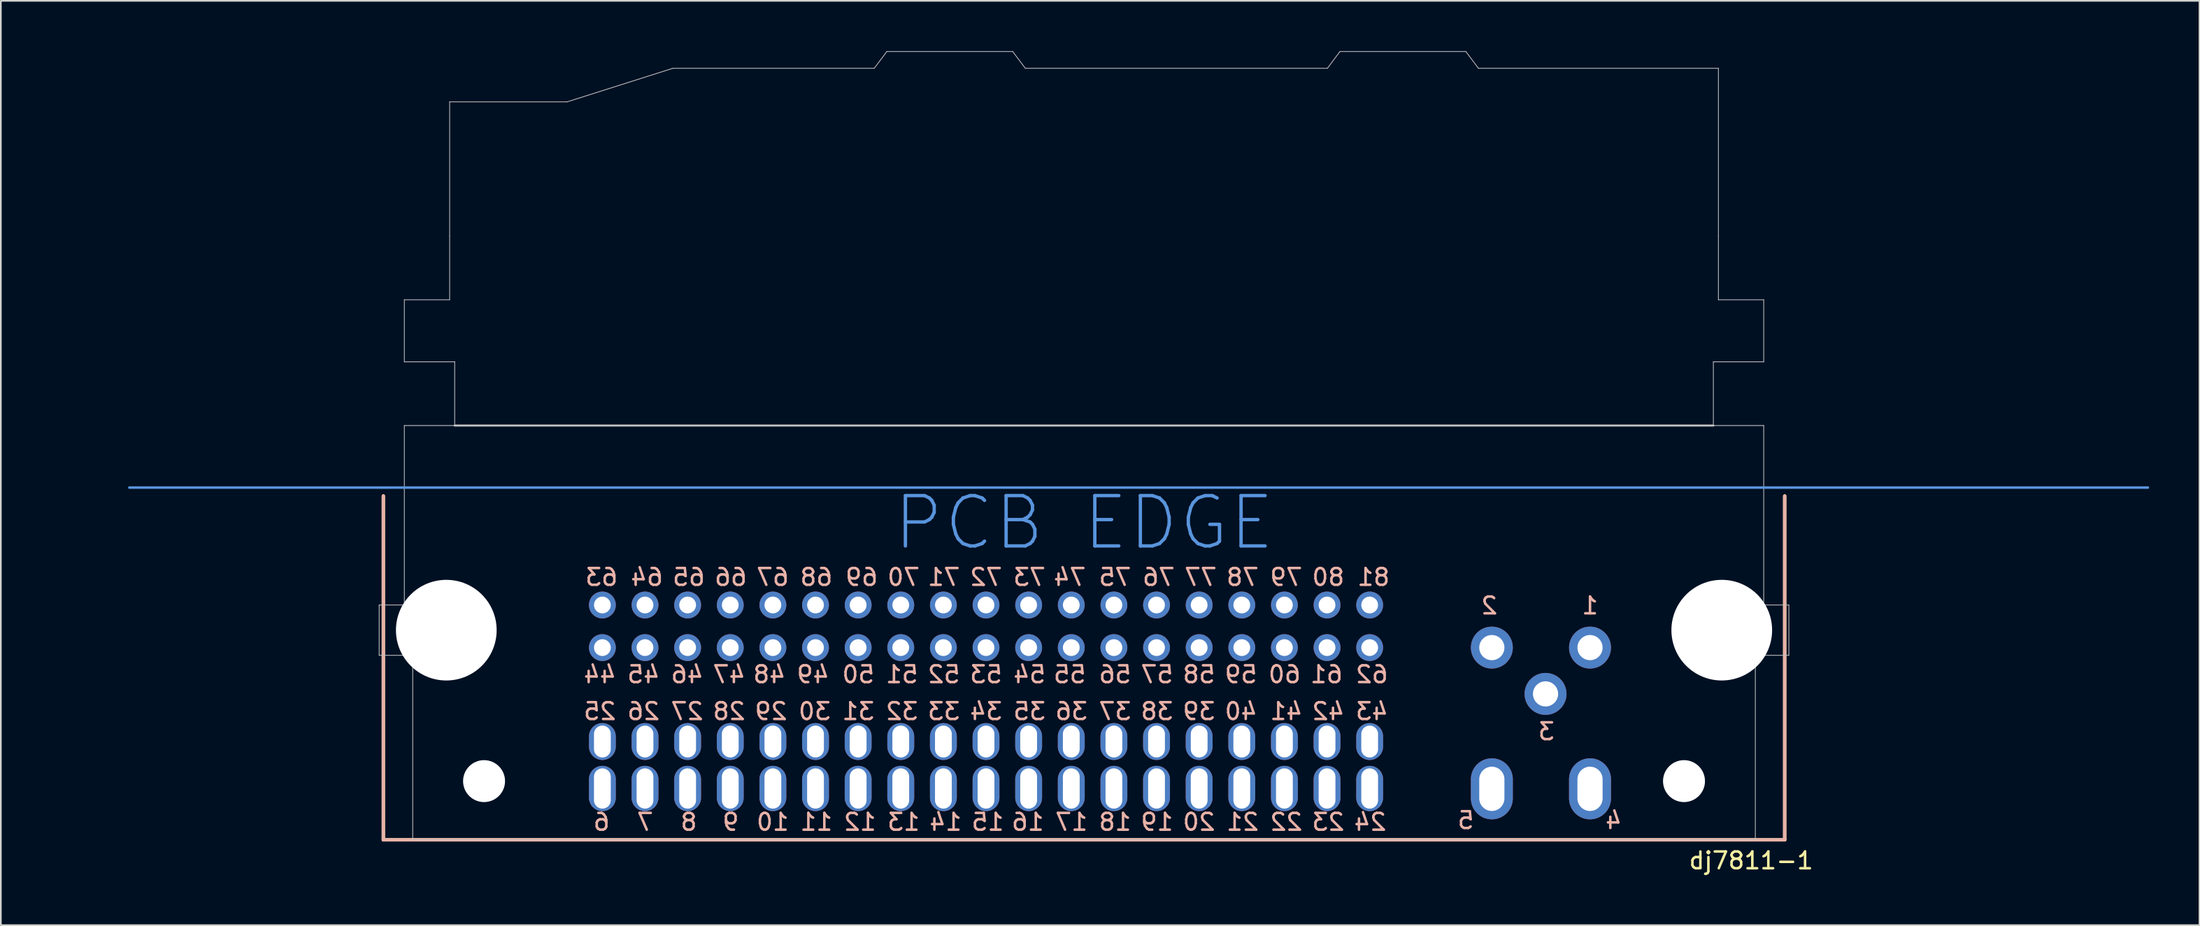
<source format=kicad_pcb>
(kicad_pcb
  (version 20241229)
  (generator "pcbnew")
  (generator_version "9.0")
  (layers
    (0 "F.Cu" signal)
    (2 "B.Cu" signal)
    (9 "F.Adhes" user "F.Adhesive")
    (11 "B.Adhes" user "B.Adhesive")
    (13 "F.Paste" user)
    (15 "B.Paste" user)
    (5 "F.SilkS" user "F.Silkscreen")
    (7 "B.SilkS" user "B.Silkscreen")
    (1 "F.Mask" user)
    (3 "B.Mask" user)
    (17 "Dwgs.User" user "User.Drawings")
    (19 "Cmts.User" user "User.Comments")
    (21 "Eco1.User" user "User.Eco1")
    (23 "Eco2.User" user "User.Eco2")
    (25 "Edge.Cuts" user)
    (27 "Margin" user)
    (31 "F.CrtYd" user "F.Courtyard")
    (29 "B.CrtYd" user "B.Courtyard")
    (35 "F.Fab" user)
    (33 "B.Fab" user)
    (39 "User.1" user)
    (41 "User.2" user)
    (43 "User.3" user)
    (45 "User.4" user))
  (footprint "dj7811-1"
    (layer "F.Cu")
    (at 91.693 35.562)
    (property "Reference" "dj7811-1" (at 9.6 12.7 0) (unlocked yes) (layer "F.SilkS") (effects (font (size 1 1) (thickness 0.15))))
    (attr through_hole)
    (fp_line (start -71.9 -9.04) (end -71.9 11.46) (stroke (width 0.2) (type solid)) (layer "F.SilkS"))
    (fp_line (start -71.9 11.46) (end 11.6 11.46) (stroke (width 0.2) (type solid)) (layer "F.SilkS"))
    (fp_line (start 11.6 11.46) (end 11.6 -9.04) (stroke (width 0.2) (type solid)) (layer "F.SilkS"))
    (fp_line (start -71.9 11.46) (end -71.9 -9.04) (stroke (width 0.2) (type solid)) (layer "B.SilkS"))
    (fp_line (start 11.6 -9.04) (end 11.6 11.46) (stroke (width 0.2) (type solid)) (layer "B.SilkS"))
    (fp_line (start 11.6 11.46) (end -71.9 11.46) (stroke (width 0.2) (type solid)) (layer "B.SilkS"))
    (fp_line (start -72.15 -2.54) (end -72.15 0.46) (stroke (width 0.045) (type solid)) (layer "Dwgs.User"))
    (fp_line (start -72.15 0.46) (end -70.15 0.46) (stroke (width 0.045) (type solid)) (layer "Dwgs.User"))
    (fp_line (start -70.65 -20.74) (end -70.65 -17.04) (stroke (width 0.045) (type solid)) (layer "Dwgs.User"))
    (fp_line (start -70.65 -17.04) (end -67.65 -17.04) (stroke (width 0.045) (type solid)) (layer "Dwgs.User"))
    (fp_line (start -70.65 -13.24) (end -70.65 -2.54) (stroke (width 0.045) (type solid)) (layer "Dwgs.User"))
    (fp_line (start -70.65 -13.24) (end -67.65 -13.24) (stroke (width 0.045) (type solid)) (layer "Dwgs.User"))
    (fp_line (start -70.65 -2.54) (end -72.15 -2.54) (stroke (width 0.045) (type solid)) (layer "Dwgs.User"))
    (fp_line (start -70.15 0.46) (end -70.15 11.46) (stroke (width 0.045) (type solid)) (layer "Dwgs.User"))
    (fp_line (start -70.15 11.46) (end 9.85 11.46) (stroke (width 0.045) (type solid)) (layer "Dwgs.User"))
    (fp_line (start -67.95 -24.54) (end -67.95 -32.54) (stroke (width 0.045) (type solid)) (layer "Dwgs.User"))
    (fp_line (start -67.95 -20.74) (end -70.65 -20.74) (stroke (width 0.045) (type solid)) (layer "Dwgs.User"))
    (fp_line (start -67.95 -20.74) (end -67.95 -24.54) (stroke (width 0.045) (type solid)) (layer "Dwgs.User"))
    (fp_line (start -67.65 -13.24) (end -67.65 -17.04) (stroke (width 0.045) (type solid)) (layer "Dwgs.User"))
    (fp_line (start -60.95 -32.54) (end -67.95 -32.54) (stroke (width 0.045) (type solid)) (layer "Dwgs.User"))
    (fp_line (start -54.65 -34.54) (end -60.95 -32.54) (stroke (width 0.045) (type solid)) (layer "Dwgs.User"))
    (fp_line (start -42.65 -34.54) (end -54.65 -34.54) (stroke (width 0.045) (type solid)) (layer "Dwgs.User"))
    (fp_line (start -42.65 -34.54) (end -41.9 -35.54) (stroke (width 0.045) (type solid)) (layer "Dwgs.User"))
    (fp_line (start -41.9 -35.54) (end -34.4 -35.54) (stroke (width 0.045) (type solid)) (layer "Dwgs.User"))
    (fp_line (start -34.4 -35.54) (end -33.65 -34.54) (stroke (width 0.045) (type solid)) (layer "Dwgs.User"))
    (fp_line (start -15.65 -34.54) (end -33.65 -34.54) (stroke (width 0.045) (type solid)) (layer "Dwgs.User"))
    (fp_line (start -15.65 -34.54) (end -14.9 -35.54) (stroke (width 0.045) (type solid)) (layer "Dwgs.User"))
    (fp_line (start -14.9 -35.54) (end -7.4 -35.54) (stroke (width 0.045) (type solid)) (layer "Dwgs.User"))
    (fp_line (start -7.4 -35.54) (end -6.65 -34.54) (stroke (width 0.045) (type solid)) (layer "Dwgs.User"))
    (fp_line (start 7.35 -17.04) (end 10.35 -17.04) (stroke (width 0.045) (type solid)) (layer "Dwgs.User"))
    (fp_line (start 7.35 -13.24) (end -67.65 -13.24) (stroke (width 0.12) (type solid)) (layer "Dwgs.User"))
    (fp_line (start 7.35 -13.24) (end 7.35 -17.04) (stroke (width 0.045) (type solid)) (layer "Dwgs.User"))
    (fp_line (start 7.35 -13.24) (end 10.35 -13.24) (stroke (width 0.045) (type solid)) (layer "Dwgs.User"))
    (fp_line (start 7.65 -34.54) (end -6.65 -34.54) (stroke (width 0.045) (type solid)) (layer "Dwgs.User"))
    (fp_line (start 7.65 -34.54) (end 7.65 -24.54) (stroke (width 0.045) (type solid)) (layer "Dwgs.User"))
    (fp_line (start 7.65 -20.74) (end 7.65 -24.54) (stroke (width 0.045) (type solid)) (layer "Dwgs.User"))
    (fp_line (start 7.65 -20.74) (end 10.35 -20.74) (stroke (width 0.045) (type solid)) (layer "Dwgs.User"))
    (fp_line (start 9.85 11.46) (end 9.85 0.46) (stroke (width 0.045) (type solid)) (layer "Dwgs.User"))
    (fp_line (start 10.35 -17.04) (end 10.35 -20.74) (stroke (width 0.045) (type solid)) (layer "Dwgs.User"))
    (fp_line (start 10.35 -13.24) (end 10.35 -2.54) (stroke (width 0.045) (type solid)) (layer "Dwgs.User"))
    (fp_line (start 10.35 -2.54) (end 11.85 -2.54) (stroke (width 0.045) (type solid)) (layer "Dwgs.User"))
    (fp_line (start 11.85 -2.54) (end 11.85 0.46) (stroke (width 0.045) (type solid)) (layer "Dwgs.User"))
    (fp_line (start 11.85 0.46) (end 9.85 0.46) (stroke (width 0.045) (type solid)) (layer "Dwgs.User"))
    (fp_line (start -87.034 -9.54) (end 33.242 -9.54) (stroke (width 0.15) (type solid)) (layer "Cmts.User"))
    (fp_text user "30" (at -46.2 3.8 0) (unlocked yes) (layer "B.SilkS") (effects (font (size 1 1) (thickness 0.15)) (justify mirror)))
    (fp_text user "45" (at -56.4 1.6 0) (unlocked yes) (layer "B.SilkS") (effects (font (size 1 1) (thickness 0.15)) (justify mirror)))
    (fp_text user "4" (at 1.4 10.3 0) (unlocked yes) (layer "B.SilkS") (effects (font (size 1 1) (thickness 0.15)) (justify mirror)))
    (fp_text user "20" (at -23.3 10.4 0) (unlocked yes) (layer "B.SilkS") (effects (font (size 1 1) (thickness 0.15)) (justify mirror)))
    (fp_text user "22" (at -18.1 10.4 0) (unlocked yes) (layer "B.SilkS") (effects (font (size 1 1) (thickness 0.15)) (justify mirror)))
    (fp_text user "38" (at -25.8 3.8 0) (unlocked yes) (layer "B.SilkS") (effects (font (size 1 1) (thickness 0.15)) (justify mirror)))
    (fp_text user "2" (at -6 -2.5 0) (unlocked yes) (layer "B.SilkS") (effects (font (size 1 1) (thickness 0.15)) (justify mirror)))
    (fp_text user "7" (at -56.3 10.4 0) (unlocked yes) (layer "B.SilkS") (effects (font (size 1 1) (thickness 0.15)) (justify mirror)))
    (fp_text user "49" (at -46.3 1.6 0) (unlocked yes) (layer "B.SilkS") (effects (font (size 1 1) (thickness 0.15)) (justify mirror)))
    (fp_text user "56" (at -28.3 1.6 0) (unlocked yes) (layer "B.SilkS") (effects (font (size 1 1) (thickness 0.15)) (justify mirror)))
    (fp_text user "52" (at -38.5 1.6 0) (unlocked yes) (layer "B.SilkS") (effects (font (size 1 1) (thickness 0.15)) (justify mirror)))
    (fp_text user "5" (at -7.4 10.3 0) (unlocked yes) (layer "B.SilkS") (effects (font (size 1 1) (thickness 0.15)) (justify mirror)))
    (fp_text user "57" (at -25.8 1.6 0) (unlocked yes) (layer "B.SilkS") (effects (font (size 1 1) (thickness 0.15)) (justify mirror)))
    (fp_text user "65" (at -53.7 -4.2 0) (unlocked yes) (layer "B.SilkS") (effects (font (size 1 1) (thickness 0.15)) (justify mirror)))
    (fp_text user "46" (at -53.8 1.6 0) (unlocked yes) (layer "B.SilkS") (effects (font (size 1 1) (thickness 0.15)) (justify mirror)))
    (fp_text user "28" (at -51.3 3.8 0) (unlocked yes) (layer "B.SilkS") (effects (font (size 1 1) (thickness 0.15)) (justify mirror)))
    (fp_text user "43" (at -13 3.8 0) (unlocked yes) (layer "B.SilkS") (effects (font (size 1 1) (thickness 0.15)) (justify mirror)))
    (fp_text user "70" (at -40.9 -4.2 0) (unlocked yes) (layer "B.SilkS") (effects (font (size 1 1) (thickness 0.15)) (justify mirror)))
    (fp_text user "19" (at -25.8 10.4 0) (unlocked yes) (layer "B.SilkS") (effects (font (size 1 1) (thickness 0.15)) (justify mirror)))
    (fp_text user "17" (at -30.9 10.4 0) (unlocked yes) (layer "B.SilkS") (effects (font (size 1 1) (thickness 0.15)) (justify mirror)))
    (fp_text user "77" (at -23.2 -4.2 0) (unlocked yes) (layer "B.SilkS") (effects (font (size 1 1) (thickness 0.15)) (justify mirror)))
    (fp_text user "72" (at -35.986 -4.2 0) (unlocked yes) (layer "B.SilkS") (effects (font (size 1 1) (thickness 0.15)) (justify mirror)))
    (fp_text user "71" (at -38.5 -4.2 0) (unlocked yes) (layer "B.SilkS") (effects (font (size 1 1) (thickness 0.15)) (justify mirror)))
    (fp_text user "54" (at -33.4 1.6 0) (unlocked yes) (layer "B.SilkS") (effects (font (size 1 1) (thickness 0.15)) (justify mirror)))
    (fp_text user "64" (at -56.2 -4.2 0) (unlocked yes) (layer "B.SilkS") (effects (font (size 1 1) (thickness 0.15)) (justify mirror)))
    (fp_text user "48" (at -48.9 1.6 0) (unlocked yes) (layer "B.SilkS") (effects (font (size 1 1) (thickness 0.15)) (justify mirror)))
    (fp_text user "74" (at -31 -4.2 0) (unlocked yes) (layer "B.SilkS") (effects (font (size 1 1) (thickness 0.15)) (justify mirror)))
    (fp_text user "10" (at -48.7 10.4 0) (unlocked yes) (layer "B.SilkS") (effects (font (size 1 1) (thickness 0.15)) (justify mirror)))
    (fp_text user "1" (at 0 -2.5 0) (unlocked yes) (layer "B.SilkS") (effects (font (size 1 1) (thickness 0.15)) (justify mirror)))
    (fp_text user "44" (at -59 1.6 0) (unlocked yes) (layer "B.SilkS") (effects (font (size 1 1) (thickness 0.15)) (justify mirror)))
    (fp_text user "75" (at -28.3 -4.2 0) (unlocked yes) (layer "B.SilkS") (effects (font (size 1 1) (thickness 0.15)) (justify mirror)))
    (fp_text user "18" (at -28.3 10.4 0) (unlocked yes) (layer "B.SilkS") (effects (font (size 1 1) (thickness 0.15)) (justify mirror)))
    (fp_text user "50" (at -43.6 1.6 0) (unlocked yes) (layer "B.SilkS") (effects (font (size 1 1) (thickness 0.15)) (justify mirror)))
    (fp_text user "23" (at -15.6 10.4 0) (unlocked yes) (layer "B.SilkS") (effects (font (size 1 1) (thickness 0.15)) (justify mirror)))
    (fp_text user "55" (at -31 1.6 0) (unlocked yes) (layer "B.SilkS") (effects (font (size 1 1) (thickness 0.15)) (justify mirror)))
    (fp_text user "63" (at -58.9 -4.2 0) (unlocked yes) (layer "B.SilkS") (effects (font (size 1 1) (thickness 0.15)) (justify mirror)))
    (fp_text user "66" (at -51.2 -4.2 0) (unlocked yes) (layer "B.SilkS") (effects (font (size 1 1) (thickness 0.15)) (justify mirror)))
    (fp_text user "12" (at -43.5 10.4 0) (unlocked yes) (layer "B.SilkS") (effects (font (size 1 1) (thickness 0.15)) (justify mirror)))
    (fp_text user "24" (at -13.1 10.4 0) (unlocked yes) (layer "B.SilkS") (effects (font (size 1 1) (thickness 0.15)) (justify mirror)))
    (fp_text user "33" (at -38.5 3.8 0) (unlocked yes) (layer "B.SilkS") (effects (font (size 1 1) (thickness 0.15)) (justify mirror)))
    (fp_text user "35" (at -33.4 3.8 0) (unlocked yes) (layer "B.SilkS") (effects (font (size 1 1) (thickness 0.15)) (justify mirror)))
    (fp_text user "81" (at -12.9 -4.2 0) (unlocked yes) (layer "B.SilkS") (effects (font (size 1 1) (thickness 0.15)) (justify mirror)))
    (fp_text user "32" (at -41 3.8 0) (unlocked yes) (layer "B.SilkS") (effects (font (size 1 1) (thickness 0.15)) (justify mirror)))
    (fp_text user "68" (at -46.1 -4.2 0) (unlocked yes) (layer "B.SilkS") (effects (font (size 1 1) (thickness 0.15)) (justify mirror)))
    (fp_text user "25" (at -59 3.8 0) (unlocked yes) (layer "B.SilkS") (effects (font (size 1 1) (thickness 0.15)) (justify mirror)))
    (fp_text user "41" (at -18.1 3.8 0) (unlocked yes) (layer "B.SilkS") (effects (font (size 1 1) (thickness 0.15)) (justify mirror)))
    (fp_text user "27" (at -53.8 3.8 0) (unlocked yes) (layer "B.SilkS") (effects (font (size 1 1) (thickness 0.15)) (justify mirror)))
    (fp_text user "8" (at -53.7 10.4 0) (unlocked yes) (layer "B.SilkS") (effects (font (size 1 1) (thickness 0.15)) (justify mirror)))
    (fp_text user "73" (at -33.4 -4.2 0) (unlocked yes) (layer "B.SilkS") (effects (font (size 1 1) (thickness 0.15)) (justify mirror)))
    (fp_text user "34" (at -35.986 3.8 0) (unlocked yes) (layer "B.SilkS") (effects (font (size 1 1) (thickness 0.15)) (justify mirror)))
    (fp_text user "69" (at -43.4 -4.2 0) (unlocked yes) (layer "B.SilkS") (effects (font (size 1 1) (thickness 0.15)) (justify mirror)))
    (fp_text user "39" (at -23.3 3.8 0) (unlocked yes) (layer "B.SilkS") (effects (font (size 1 1) (thickness 0.15)) (justify mirror)))
    (fp_text user "14" (at -38.4 10.4 0) (unlocked yes) (layer "B.SilkS") (effects (font (size 1 1) (thickness 0.15)) (justify mirror)))
    (fp_text user "21" (at -20.7 10.4 0) (unlocked yes) (layer "B.SilkS") (effects (font (size 1 1) (thickness 0.15)) (justify mirror)))
    (fp_text user "61" (at -15.7 1.6 0) (unlocked yes) (layer "B.SilkS") (effects (font (size 1 1) (thickness 0.15)) (justify mirror)))
    (fp_text user "3" (at -2.6 5 0) (unlocked yes) (layer "B.SilkS") (effects (font (size 1 1) (thickness 0.15)) (justify mirror)))
    (fp_text user "36" (at -30.9 3.8 0) (unlocked yes) (layer "B.SilkS") (effects (font (size 1 1) (thickness 0.15)) (justify mirror)))
    (fp_text user "67" (at -48.7 -4.2 0) (unlocked yes) (layer "B.SilkS") (effects (font (size 1 1) (thickness 0.15)) (justify mirror)))
    (fp_text user "31" (at -43.6 3.8 0) (unlocked yes) (layer "B.SilkS") (effects (font (size 1 1) (thickness 0.15)) (justify mirror)))
    (fp_text user "62" (at -13 1.6 0) (unlocked yes) (layer "B.SilkS") (effects (font (size 1 1) (thickness 0.15)) (justify mirror)))
    (fp_text user "60" (at -18.2 1.6 0) (unlocked yes) (layer "B.SilkS") (effects (font (size 1 1) (thickness 0.15)) (justify mirror)))
    (fp_text user "40" (at -20.8 3.8 0) (unlocked yes) (layer "B.SilkS") (effects (font (size 1 1) (thickness 0.15)) (justify mirror)))
    (fp_text user "80" (at -15.6 -4.2 0) (unlocked yes) (layer "B.SilkS") (effects (font (size 1 1) (thickness 0.15)) (justify mirror)))
    (fp_text user "37" (at -28.3 3.8 0) (unlocked yes) (layer "B.SilkS") (effects (font (size 1 1) (thickness 0.15)) (justify mirror)))
    (fp_text user "29" (at -48.8 3.8 0) (unlocked yes) (layer "B.SilkS") (effects (font (size 1 1) (thickness 0.15)) (justify mirror)))
    (fp_text user "9" (at -51.2 10.4 0) (unlocked yes) (layer "B.SilkS") (effects (font (size 1 1) (thickness 0.15)) (justify mirror)))
    (fp_text user "47" (at -51.3 1.6 0) (unlocked yes) (layer "B.SilkS") (effects (font (size 1 1) (thickness 0.15)) (justify mirror)))
    (fp_text user "53" (at -35.986 1.6 0) (unlocked yes) (layer "B.SilkS") (effects (font (size 1 1) (thickness 0.15)) (justify mirror)))
    (fp_text user "79" (at -18.1 -4.2 0) (unlocked yes) (layer "B.SilkS") (effects (font (size 1 1) (thickness 0.15)) (justify mirror)))
    (fp_text user "51" (at -41 1.6 0) (unlocked yes) (layer "B.SilkS") (effects (font (size 1 1) (thickness 0.15)) (justify mirror)))
    (fp_text user "76" (at -25.7 -4.2 0) (unlocked yes) (layer "B.SilkS") (effects (font (size 1 1) (thickness 0.15)) (justify mirror)))
    (fp_text user "13" (at -40.9 10.4 0) (unlocked yes) (layer "B.SilkS") (effects (font (size 1 1) (thickness 0.15)) (justify mirror)))
    (fp_text user "11" (at -46.1 10.4 0) (unlocked yes) (layer "B.SilkS") (effects (font (size 1 1) (thickness 0.15)) (justify mirror)))
    (fp_text user "78" (at -20.7 -4.2 0) (unlocked yes) (layer "B.SilkS") (effects (font (size 1 1) (thickness 0.15)) (justify mirror)))
    (fp_text user "6" (at -58.9 10.4 0) (unlocked yes) (layer "B.SilkS") (effects (font (size 1 1) (thickness 0.15)) (justify mirror)))
    (fp_text user "26" (at -56.4 3.8 0) (unlocked yes) (layer "B.SilkS") (effects (font (size 1 1) (thickness 0.15)) (justify mirror)))
    (fp_text user "42" (at -15.6 3.8 0) (unlocked yes) (layer "B.SilkS") (effects (font (size 1 1) (thickness 0.15)) (justify mirror)))
    (fp_text user "16" (at -33.5 10.4 0) (unlocked yes) (layer "B.SilkS") (effects (font (size 1 1) (thickness 0.15)) (justify mirror)))
    (fp_text user "58" (at -23.3 1.6 0) (unlocked yes) (layer "B.SilkS") (effects (font (size 1 1) (thickness 0.15)) (justify mirror)))
    (fp_text user "15" (at -35.886 10.4 0) (unlocked yes) (layer "B.SilkS") (effects (font (size 1 1) (thickness 0.15)) (justify mirror)))
    (fp_text user "59" (at -20.8 1.6 0) (unlocked yes) (layer "B.SilkS") (effects (font (size 1 1) (thickness 0.15)) (justify mirror)))
    (fp_text user "Б" (at 18.586 -15.373 180) (layer "Dwgs.User") (effects (font (size 0.001 0.001) (thickness 0.013)) (justify left top)))
    (fp_text user "А" (at -91.693 -11.623 180) (layer "Dwgs.User") (effects (font (size 0.001 0.001) (thickness 0.013)) (justify left top)))
    (fp_text user "2 группы" (at -91.693 -15.691 180) (layer "Dwgs.User") (effects (font (size 0.001 0.001) (thickness 0.013)) (justify left top)))
    (fp_text user "PCB EDGE" (at -30.15 -7.44 0) (unlocked yes) (layer "Cmts.User") (effects (font (size 3 3) (thickness 0.2))))
    (pad "" np_thru_hole circle (at -68.15 -1.04 180) (size 6 6) (drill 6) (layers "*.Cu" "*.Mask"))
    (pad "" np_thru_hole circle (at -65.9 7.96 180) (size 2.5 2.5) (drill 2.5) (layers "*.Cu" "*.Mask"))
    (pad "" np_thru_hole circle (at 5.6 7.96 180) (size 2.5 2.5) (drill 2.5) (layers "*.Cu" "*.Mask"))
    (pad "" np_thru_hole circle (at 7.85 -1.04 180) (size 6 6) (drill 6) (layers "*.Cu" "*.Mask"))
    (pad "1" thru_hole circle (at 0 0 180) (size 2.5 2.5) (drill 1.5) (layers "*.Cu" "*.Mask"))
    (pad "2" thru_hole circle (at -5.85 0 180) (size 2.5 2.5) (drill 1.5) (layers "*.Cu" "*.Mask"))
    (pad "3" thru_hole circle (at -2.65 2.76 180) (size 2.5 2.5) (drill 1.5) (layers "*.Cu" "*.Mask"))
    (pad "4" thru_hole oval (at 0 8.42 180) (size 2.5 3.64) (drill oval 1.5 2.64) (layers "*.Cu" "*.Mask"))
    (pad "5" thru_hole oval (at -5.85 8.42 180) (size 2.5 3.64) (drill oval 1.5 2.64) (layers "*.Cu" "*.Mask"))
    (pad "6" thru_hole oval (at -58.85 8.4 180) (size 1.6 2.7) (drill oval 1 2.4) (layers "*.Cu" "*.Mask"))
    (pad "7" thru_hole oval (at -56.31 8.4 180) (size 1.6 2.7) (drill oval 1 2.4) (layers "*.Cu" "*.Mask"))
    (pad "8" thru_hole oval (at -53.77 8.4 180) (size 1.6 2.7) (drill oval 1 2.4) (layers "*.Cu" "*.Mask"))
    (pad "9" thru_hole oval (at -51.23 8.4 180) (size 1.6 2.7) (drill oval 1 2.4) (layers "*.Cu" "*.Mask"))
    (pad "10" thru_hole oval (at -48.69 8.4 180) (size 1.6 2.7) (drill oval 1 2.4) (layers "*.Cu" "*.Mask"))
    (pad "11" thru_hole oval (at -46.15 8.4 180) (size 1.6 2.7) (drill oval 1 2.4) (layers "*.Cu" "*.Mask"))
    (pad "12" thru_hole oval (at -43.61 8.4 180) (size 1.6 2.7) (drill oval 1 2.4) (layers "*.Cu" "*.Mask"))
    (pad "13" thru_hole oval (at -41.07 8.4 180) (size 1.6 2.7) (drill oval 1 2.4) (layers "*.Cu" "*.Mask"))
    (pad "14" thru_hole oval (at -38.53 8.4 180) (size 1.6 2.7) (drill oval 1 2.4) (layers "*.Cu" "*.Mask"))
    (pad "15" thru_hole oval (at -35.99 8.4 180) (size 1.6 2.7) (drill oval 1 2.4) (layers "*.Cu" "*.Mask"))
    (pad "16" thru_hole oval (at -33.45 8.4 180) (size 1.6 2.7) (drill oval 1 2.4) (layers "*.Cu" "*.Mask"))
    (pad "17" thru_hole oval (at -30.91 8.4 180) (size 1.6 2.7) (drill oval 1 2.4) (layers "*.Cu" "*.Mask"))
    (pad "18" thru_hole oval (at -28.37 8.4 180) (size 1.6 2.7) (drill oval 1 2.4) (layers "*.Cu" "*.Mask"))
    (pad "19" thru_hole oval (at -25.83 8.4 180) (size 1.6 2.7) (drill oval 1 2.4) (layers "*.Cu" "*.Mask"))
    (pad "20" thru_hole oval (at -23.29 8.4 180) (size 1.6 2.7) (drill oval 1 2.4) (layers "*.Cu" "*.Mask"))
    (pad "21" thru_hole oval (at -20.75 8.4 180) (size 1.6 2.7) (drill oval 1 2.4) (layers "*.Cu" "*.Mask"))
    (pad "22" thru_hole oval (at -18.21 8.4 180) (size 1.6 2.7) (drill oval 1 2.4) (layers "*.Cu" "*.Mask"))
    (pad "23" thru_hole oval (at -15.67 8.4 180) (size 1.6 2.7) (drill oval 1 2.4) (layers "*.Cu" "*.Mask"))
    (pad "24" thru_hole oval (at -13.13 8.4 180) (size 1.6 2.7) (drill oval 1 2.4) (layers "*.Cu" "*.Mask"))
    (pad "25" thru_hole oval (at -58.85 5.6 180) (size 1.6 2.2) (drill oval 1 1.9) (layers "*.Cu" "*.Mask"))
    (pad "26" thru_hole oval (at -56.31 5.6 180) (size 1.6 2.2) (drill oval 1 1.9) (layers "*.Cu" "*.Mask"))
    (pad "27" thru_hole oval (at -53.77 5.6 180) (size 1.6 2.2) (drill oval 1 1.9) (layers "*.Cu" "*.Mask"))
    (pad "28" thru_hole oval (at -51.23 5.6 180) (size 1.6 2.2) (drill oval 1 1.9) (layers "*.Cu" "*.Mask"))
    (pad "29" thru_hole oval (at -48.69 5.6 180) (size 1.6 2.2) (drill oval 1 1.9) (layers "*.Cu" "*.Mask"))
    (pad "30" thru_hole oval (at -46.15 5.6 180) (size 1.6 2.2) (drill oval 1 1.9) (layers "*.Cu" "*.Mask"))
    (pad "31" thru_hole oval (at -43.61 5.6 180) (size 1.6 2.2) (drill oval 1 1.9) (layers "*.Cu" "*.Mask"))
    (pad "32" thru_hole oval (at -41.07 5.6 180) (size 1.6 2.2) (drill oval 1 1.9) (layers "*.Cu" "*.Mask"))
    (pad "33" thru_hole oval (at -38.53 5.6 180) (size 1.6 2.2) (drill oval 1 1.9) (layers "*.Cu" "*.Mask"))
    (pad "34" thru_hole oval (at -35.99 5.6 180) (size 1.6 2.2) (drill oval 1 1.9) (layers "*.Cu" "*.Mask"))
    (pad "35" thru_hole oval (at -33.45 5.6 180) (size 1.6 2.2) (drill oval 1 1.9) (layers "*.Cu" "*.Mask"))
    (pad "36" thru_hole oval (at -30.91 5.6 180) (size 1.6 2.2) (drill oval 1 1.9) (layers "*.Cu" "*.Mask"))
    (pad "37" thru_hole oval (at -28.37 5.6 180) (size 1.6 2.2) (drill oval 1 1.9) (layers "*.Cu" "*.Mask"))
    (pad "38" thru_hole oval (at -25.83 5.6 180) (size 1.6 2.2) (drill oval 1 1.9) (layers "*.Cu" "*.Mask"))
    (pad "39" thru_hole oval (at -23.29 5.6 180) (size 1.6 2.2) (drill oval 1 1.9) (layers "*.Cu" "*.Mask"))
    (pad "40" thru_hole oval (at -20.75 5.6 180) (size 1.6 2.2) (drill oval 1 1.9) (layers "*.Cu" "*.Mask"))
    (pad "41" thru_hole oval (at -18.21 5.6 180) (size 1.6 2.2) (drill oval 1 1.9) (layers "*.Cu" "*.Mask"))
    (pad "42" thru_hole oval (at -15.67 5.6 180) (size 1.6 2.2) (drill oval 1 1.9) (layers "*.Cu" "*.Mask"))
    (pad "43" thru_hole oval (at -13.13 5.6 180) (size 1.6 2.2) (drill oval 1 1.9) (layers "*.Cu" "*.Mask"))
    (pad "44" thru_hole circle (at -58.85 0 180) (size 1.6 1.6) (drill 1) (layers "*.Cu" "*.Mask"))
    (pad "45" thru_hole circle (at -56.31 0 180) (size 1.6 1.6) (drill 1) (layers "*.Cu" "*.Mask"))
    (pad "46" thru_hole circle (at -53.77 0 180) (size 1.6 1.6) (drill 1) (layers "*.Cu" "*.Mask"))
    (pad "47" thru_hole circle (at -51.23 0 180) (size 1.6 1.6) (drill 1) (layers "*.Cu" "*.Mask"))
    (pad "48" thru_hole circle (at -48.69 0 180) (size 1.6 1.6) (drill 1) (layers "*.Cu" "*.Mask"))
    (pad "49" thru_hole circle (at -46.15 0 180) (size 1.6 1.6) (drill 1) (layers "*.Cu" "*.Mask"))
    (pad "50" thru_hole circle (at -43.61 0 180) (size 1.6 1.6) (drill 1) (layers "*.Cu" "*.Mask"))
    (pad "51" thru_hole circle (at -41.07 0 180) (size 1.6 1.6) (drill 1) (layers "*.Cu" "*.Mask"))
    (pad "52" thru_hole circle (at -38.53 0 180) (size 1.6 1.6) (drill 1) (layers "*.Cu" "*.Mask"))
    (pad "53" thru_hole circle (at -35.99 0 180) (size 1.6 1.6) (drill 1) (layers "*.Cu" "*.Mask"))
    (pad "54" thru_hole circle (at -33.45 0 180) (size 1.6 1.6) (drill 1) (layers "*.Cu" "*.Mask"))
    (pad "55" thru_hole circle (at -30.91 0 180) (size 1.6 1.6) (drill 1) (layers "*.Cu" "*.Mask"))
    (pad "56" thru_hole circle (at -28.37 0 180) (size 1.6 1.6) (drill 1) (layers "*.Cu" "*.Mask"))
    (pad "57" thru_hole circle (at -25.83 0 180) (size 1.6 1.6) (drill 1) (layers "*.Cu" "*.Mask"))
    (pad "58" thru_hole circle (at -23.29 0 180) (size 1.6 1.6) (drill 1) (layers "*.Cu" "*.Mask"))
    (pad "59" thru_hole circle (at -20.75 0 180) (size 1.6 1.6) (drill 1) (layers "*.Cu" "*.Mask"))
    (pad "60" thru_hole circle (at -18.21 0 180) (size 1.6 1.6) (drill 1) (layers "*.Cu" "*.Mask"))
    (pad "61" thru_hole circle (at -15.67 0 180) (size 1.6 1.6) (drill 1) (layers "*.Cu" "*.Mask"))
    (pad "62" thru_hole circle (at -13.13 0 180) (size 1.6 1.6) (drill 1) (layers "*.Cu" "*.Mask"))
    (pad "63" thru_hole circle (at -58.85 -2.54 180) (size 1.6 1.6) (drill 1) (layers "*.Cu" "*.Mask"))
    (pad "64" thru_hole circle (at -56.31 -2.54 180) (size 1.6 1.6) (drill 1) (layers "*.Cu" "*.Mask"))
    (pad "65" thru_hole circle (at -53.77 -2.54 180) (size 1.6 1.6) (drill 1) (layers "*.Cu" "*.Mask"))
    (pad "66" thru_hole circle (at -51.23 -2.54 180) (size 1.6 1.6) (drill 1) (layers "*.Cu" "*.Mask"))
    (pad "67" thru_hole circle (at -48.69 -2.54 180) (size 1.6 1.6) (drill 1) (layers "*.Cu" "*.Mask"))
    (pad "68" thru_hole circle (at -46.15 -2.54 180) (size 1.6 1.6) (drill 1) (layers "*.Cu" "*.Mask"))
    (pad "69" thru_hole circle (at -43.61 -2.54 180) (size 1.6 1.6) (drill 1) (layers "*.Cu" "*.Mask"))
    (pad "70" thru_hole circle (at -41.07 -2.54 180) (size 1.6 1.6) (drill 1) (layers "*.Cu" "*.Mask"))
    (pad "71" thru_hole circle (at -38.53 -2.54 180) (size 1.6 1.6) (drill 1) (layers "*.Cu" "*.Mask"))
    (pad "72" thru_hole circle (at -35.99 -2.54 180) (size 1.6 1.6) (drill 1) (layers "*.Cu" "*.Mask"))
    (pad "73" thru_hole circle (at -33.45 -2.54 180) (size 1.6 1.6) (drill 1) (layers "*.Cu" "*.Mask"))
    (pad "74" thru_hole circle (at -30.91 -2.54 180) (size 1.6 1.6) (drill 1) (layers "*.Cu" "*.Mask"))
    (pad "75" thru_hole circle (at -28.37 -2.54 180) (size 1.6 1.6) (drill 1) (layers "*.Cu" "*.Mask"))
    (pad "76" thru_hole circle (at -25.83 -2.54 180) (size 1.6 1.6) (drill 1) (layers "*.Cu" "*.Mask"))
    (pad "77" thru_hole circle (at -23.29 -2.54 180) (size 1.6 1.6) (drill 1) (layers "*.Cu" "*.Mask"))
    (pad "78" thru_hole circle (at -20.75 -2.54 180) (size 1.6 1.6) (drill 1) (layers "*.Cu" "*.Mask"))
    (pad "79" thru_hole circle (at -18.21 -2.54 180) (size 1.6 1.6) (drill 1) (layers "*.Cu" "*.Mask"))
    (pad "80" thru_hole circle (at -15.67 -2.54 180) (size 1.6 1.6) (drill 1) (layers "*.Cu" "*.Mask"))
    (pad "81" thru_hole circle (at -13.13 -2.54 180) (size 1.6 1.6) (drill 1) (layers "*.Cu" "*.Mask")))
  (gr_rect
    (start -3 -3)
    (end 128.01 52.111)
    (stroke (width 0.1) (type default))
    (fill no)
    (layer "Edge.Cuts")))
</source>
